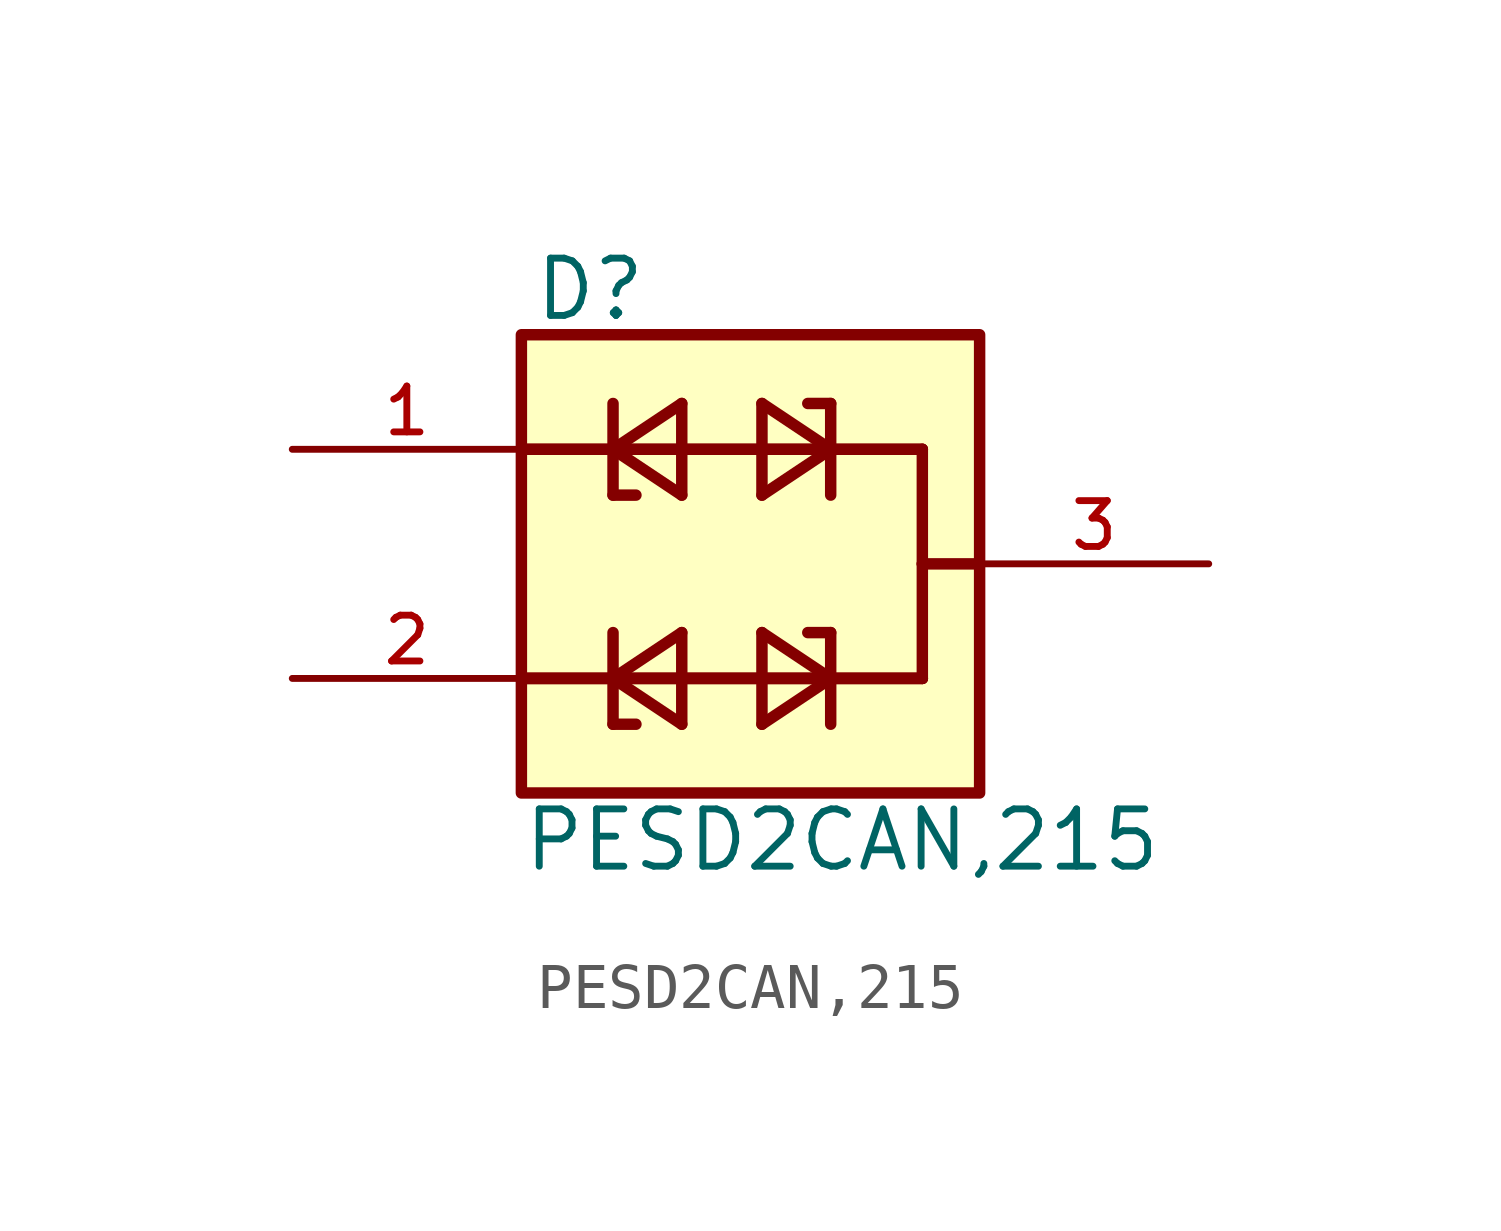
<source format=kicad_sym>
(kicad_symbol_lib
  (version 20211014)
  (generator kicad_symbol_editor)
  (symbol "PESD2CAN,215"
    (pin_names
      (offset 1.016))
    (property "Reference" "D"
      (at -4.836 5.345 0)
      (effects (font (size 1.27 1.27)) (justify bottom left)))
    (property "Value" "PESD2CAN,215"
      (at -5.086 -6.867 0)
      (effects (font (size 1.27 1.27)) (justify bottom left)))
    (symbol "PESD2CAN,215_0_0"
      (polyline (pts (xy -5.08 2.54) (xy -3.048 2.54)) (stroke (width 0.254)))
      (polyline (pts (xy -3.048 2.54) (xy 3.81 2.54)) (stroke (width 0.254)))
      (polyline (pts (xy 3.81 2.54) (xy 3.81 0.0)) (stroke (width 0.254)))
      (polyline (pts (xy 3.81 0.0) (xy 3.81 -2.54)) (stroke (width 0.254)))
      (polyline (pts (xy -5.08 -2.54) (xy 3.81 -2.54)) (stroke (width 0.254)))
      (polyline (pts (xy 5.08 0.0) (xy 3.81 0.0)) (stroke (width 0.254)))
      (polyline (pts (xy -1.524 3.556) (xy -1.524 1.524)) (stroke (width 0.254)))
      (polyline (pts (xy -1.524 1.524) (xy -3.048 2.54)) (stroke (width 0.254)))
      (polyline (pts (xy -3.048 2.54) (xy -1.524 3.556)) (stroke (width 0.254)))
      (polyline (pts (xy -3.048 3.556) (xy -3.048 1.524)) (stroke (width 0.254)))
      (polyline (pts (xy -3.048 1.524) (xy -2.54 1.524)) (stroke (width 0.254)))
      (polyline (pts (xy 3.81 2.54) (xy 1.778 2.54)) (stroke (width 0.254)))
      (polyline (pts (xy 1.778 2.54) (xy -5.08 2.54)) (stroke (width 0.254)))
      (polyline (pts (xy 0.254 1.524) (xy 0.254 3.556)) (stroke (width 0.254)))
      (polyline (pts (xy 0.254 3.556) (xy 1.778 2.54)) (stroke (width 0.254)))
      (polyline (pts (xy 1.778 2.54) (xy 0.254 1.524)) (stroke (width 0.254)))
      (polyline (pts (xy 1.778 1.524) (xy 1.778 3.556)) (stroke (width 0.254)))
      (polyline (pts (xy 1.778 3.556) (xy 1.27 3.556)) (stroke (width 0.254)))
      (polyline (pts (xy -5.08 -2.54) (xy -3.048 -2.54)) (stroke (width 0.254)))
      (polyline (pts (xy -3.048 -2.54) (xy 3.81 -2.54)) (stroke (width 0.254)))
      (polyline (pts (xy -1.524 -1.524) (xy -1.524 -3.556)) (stroke (width 0.254)))
      (polyline (pts (xy -1.524 -3.556) (xy -3.048 -2.54)) (stroke (width 0.254)))
      (polyline (pts (xy -3.048 -2.54) (xy -1.524 -1.524)) (stroke (width 0.254)))
      (polyline (pts (xy -3.048 -1.524) (xy -3.048 -3.556)) (stroke (width 0.254)))
      (polyline (pts (xy -3.048 -3.556) (xy -2.54 -3.556)) (stroke (width 0.254)))
      (polyline (pts (xy 3.81 -2.54) (xy 1.778 -2.54)) (stroke (width 0.254)))
      (polyline (pts (xy 1.778 -2.54) (xy -5.08 -2.54)) (stroke (width 0.254)))
      (polyline (pts (xy 0.254 -3.556) (xy 0.254 -1.524)) (stroke (width 0.254)))
      (polyline (pts (xy 0.254 -1.524) (xy 1.778 -2.54)) (stroke (width 0.254)))
      (polyline (pts (xy 1.778 -2.54) (xy 0.254 -3.556)) (stroke (width 0.254)))
      (polyline (pts (xy 1.778 -3.556) (xy 1.778 -1.524)) (stroke (width 0.254)))
      (polyline (pts (xy 1.778 -1.524) (xy 1.27 -1.524)) (stroke (width 0.254)))
      (rectangle (start -5.08 -5.08) (end 5.08 5.08) (stroke (width 0.254)) (fill (type background)))
      (pin passive line (at -10.16 2.54 0) (length 5.08) (name "~" (effects (font (size 1.016 1.016)))) (number "1" (effects (font (size 1.016 1.016)))))
      (pin passive line (at -10.16 -2.54 0) (length 5.08) (name "~" (effects (font (size 1.016 1.016)))) (number "2" (effects (font (size 1.016 1.016)))))
      (pin passive line (at 10.16 0.0 180.0) (length 5.08) (name "~" (effects (font (size 1.016 1.016)))) (number "3" (effects (font (size 1.016 1.016))))))))
</source>
